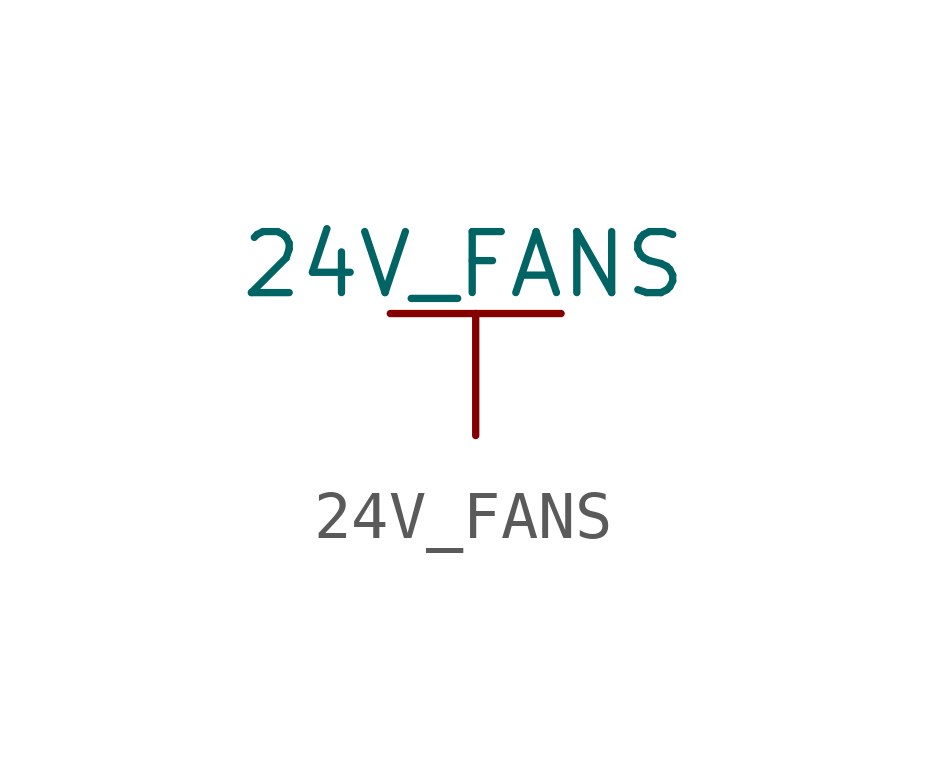
<source format=kicad_sym>
(kicad_symbol_lib
  (version 20220914)
  (generator kicad_symbol_editor)
  (symbol "24V_FANS"
    (power)
    (pin_numbers hide)
    (pin_names
      (offset 0) hide)
    (property "Reference" "#PWR"
      (at 0 -3.81 0)
      (effects (font (size 1.27 1.27)) hide))
    (property "Value" "24V_FANS"
      (at -0.254 3.556 0)
      (effects (font (size 1.27 1.27))))
    (property "Footprint" ""
      (at 0 0 0)
      (effects (font (size 1.524 1.524))))
    (property "Datasheet" ""
      (at 0 0 0)
      (effects (font (size 1.524 1.524))))
    (symbol "24V_FANS_0_1"
      (polyline (pts (xy -1.778 2.54) (xy 0 2.54)) (stroke (width 0) (type default)) (fill (type none)))
      (polyline (pts (xy 0 0) (xy 0 2.54)) (stroke (width 0) (type default)) (fill (type none)))
      (polyline (pts (xy 0 2.54) (xy 1.778 2.54)) (stroke (width 0) (type default)) (fill (type none))))
    (symbol "24V_FANS_1_1"
      (pin power_in line (at 0 0 90) (length 0) hide (name "24V" (effects (font (size 1.27 1.27)))) (number "1" (effects (font (size 1.27 1.27))))))))
</source>
